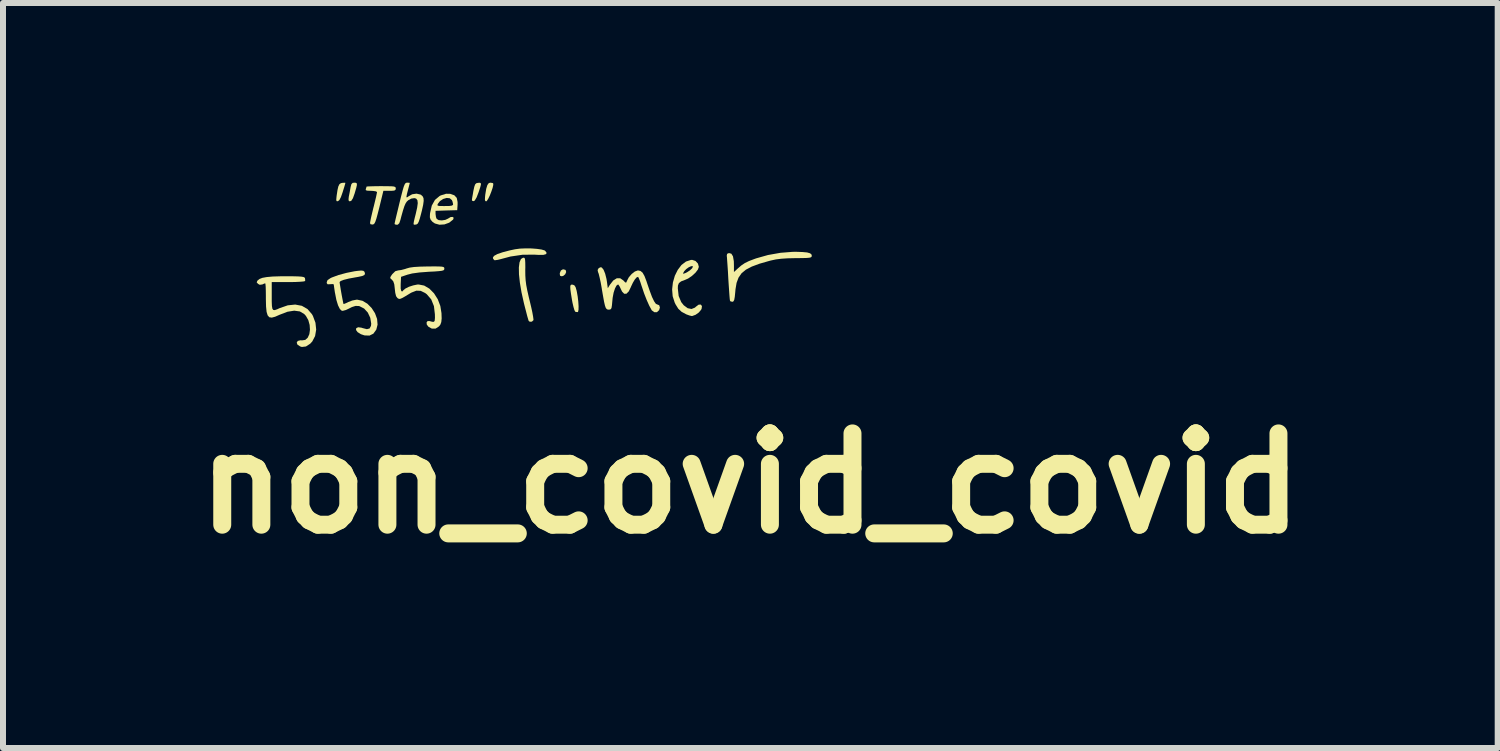
<source format=kicad_pcb>
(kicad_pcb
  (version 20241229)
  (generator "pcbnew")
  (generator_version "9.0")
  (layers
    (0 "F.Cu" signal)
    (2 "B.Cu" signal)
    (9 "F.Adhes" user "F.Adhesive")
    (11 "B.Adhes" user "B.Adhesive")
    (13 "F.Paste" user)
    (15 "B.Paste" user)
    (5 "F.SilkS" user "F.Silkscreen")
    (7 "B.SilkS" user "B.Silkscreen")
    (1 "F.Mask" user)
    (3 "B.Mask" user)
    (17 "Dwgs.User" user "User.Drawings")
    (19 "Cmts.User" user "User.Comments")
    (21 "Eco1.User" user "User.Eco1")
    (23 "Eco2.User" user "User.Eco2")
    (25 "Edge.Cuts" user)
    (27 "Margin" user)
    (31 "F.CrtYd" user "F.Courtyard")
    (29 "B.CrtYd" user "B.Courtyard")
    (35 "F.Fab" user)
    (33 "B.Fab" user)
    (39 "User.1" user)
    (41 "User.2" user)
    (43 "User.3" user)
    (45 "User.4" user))
  (footprint "non_covid_covid"
    (layer "F.Cu")
    (at 9.478 5.021)
    (property "Reference" "non_covid_covid" (at 0 0 0) (layer "F.SilkS") (effects (font (size 1.524 1.524) (thickness 0.3))))
    (attr board_only exclude_from_pos_files exclude_from_bom)
    (fp_poly (pts (xy -3.09 -3.566) (xy -3.083 -3.56) (xy -3.075 -3.529) (xy -3.091 -3.492) (xy -3.123 -3.465) (xy -3.148 -3.458) (xy -3.176 -3.466) (xy -3.182 -3.497) (xy -3.181 -3.512) (xy -3.163 -3.555) (xy -3.128 -3.575)) (stroke (width 0) (type solid)) (fill yes) (layer "F.SilkS"))
    (fp_poly (pts (xy -4.305 -5.016) (xy -4.294 -5.01) (xy -4.292 -4.985) (xy -4.303 -4.935) (xy -4.324 -4.873) (xy -4.349 -4.809) (xy -4.376 -4.753) (xy -4.399 -4.717) (xy -4.41 -4.709) (xy -4.426 -4.715) (xy -4.432 -4.739) (xy -4.429 -4.79) (xy -4.426 -4.82) (xy -4.41 -4.918) (xy -4.391 -4.981) (xy -4.367 -5.014) (xy -4.341 -5.021)) (stroke (width 0) (type solid)) (fill yes) (layer "F.SilkS"))
    (fp_poly (pts (xy -6.761 -5.018) (xy -6.766 -4.998) (xy -6.78 -4.949) (xy -6.801 -4.883) (xy -6.806 -4.865) (xy -6.836 -4.78) (xy -6.862 -4.73) (xy -6.886 -4.712) (xy -6.906 -4.712) (xy -6.914 -4.729) (xy -6.911 -4.77) (xy -6.907 -4.806) (xy -6.893 -4.898) (xy -6.879 -4.959) (xy -6.861 -4.995) (xy -6.838 -5.012) (xy -6.813 -5.018) (xy -6.775 -5.02)) (stroke (width 0) (type solid)) (fill yes) (layer "F.SilkS"))
    (fp_poly (pts (xy -6.585 -5.019) (xy -6.571 -5.009) (xy -6.569 -4.982) (xy -6.58 -4.933) (xy -6.603 -4.855) (xy -6.606 -4.844) (xy -6.635 -4.762) (xy -6.663 -4.718) (xy -6.69 -4.709) (xy -6.706 -4.72) (xy -6.709 -4.744) (xy -6.704 -4.79) (xy -6.701 -4.803) (xy -6.687 -4.875) (xy -6.674 -4.948) (xy -6.674 -4.948) (xy -6.661 -4.997) (xy -6.64 -5.018) (xy -6.613 -5.021)) (stroke (width 0) (type solid)) (fill yes) (layer "F.SilkS"))
    (fp_poly (pts (xy -4.501 -5.013) (xy -4.498 -4.991) (xy -4.509 -4.947) (xy -4.533 -4.874) (xy -4.54 -4.854) (xy -4.571 -4.774) (xy -4.6 -4.725) (xy -4.618 -4.712) (xy -4.645 -4.719) (xy -4.649 -4.732) (xy -4.645 -4.763) (xy -4.635 -4.82) (xy -4.624 -4.885) (xy -4.609 -4.953) (xy -4.595 -4.992) (xy -4.577 -5.011) (xy -4.548 -5.018) (xy -4.547 -5.018) (xy -4.517 -5.02)) (stroke (width 0) (type solid)) (fill yes) (layer "F.SilkS"))
    (fp_poly (pts (xy -2.965 -3.318) (xy -2.938 -3.307) (xy -2.918 -3.277) (xy -2.901 -3.219) (xy -2.898 -3.205) (xy -2.883 -3.121) (xy -2.873 -3.037) (xy -2.868 -2.959) (xy -2.869 -2.899) (xy -2.877 -2.864) (xy -2.882 -2.86) (xy -2.915 -2.863) (xy -2.924 -2.868) (xy -2.937 -2.892) (xy -2.953 -2.946) (xy -2.97 -3.019) (xy -2.978 -3.063) (xy -2.995 -3.168) (xy -3.005 -3.24) (xy -3.007 -3.286) (xy -3.001 -3.31) (xy -2.987 -3.319)) (stroke (width 0) (type solid)) (fill yes) (layer "F.SilkS"))
    (fp_poly (pts (xy -3.655 -3.923) (xy -3.564 -3.916) (xy -3.487 -3.905) (xy -3.436 -3.89) (xy -3.424 -3.881) (xy -3.401 -3.849) (xy -3.411 -3.828) (xy -3.454 -3.816) (xy -3.532 -3.815) (xy -3.602 -3.819) (xy -3.801 -3.818) (xy -4.005 -3.788) (xy -4.162 -3.746) (xy -4.219 -3.732) (xy -4.263 -3.726) (xy -4.274 -3.727) (xy -4.295 -3.751) (xy -4.298 -3.772) (xy -4.279 -3.799) (xy -4.224 -3.829) (xy -4.136 -3.859) (xy -4.018 -3.89) (xy -3.929 -3.909) (xy -3.848 -3.92) (xy -3.753 -3.924)) (stroke (width 0) (type solid)) (fill yes) (layer "F.SilkS"))
    (fp_poly (pts (xy -3.767 -3.759) (xy -3.761 -3.734) (xy -3.758 -3.687) (xy -3.757 -3.611) (xy -3.758 -3.562) (xy -3.757 -3.471) (xy -3.752 -3.392) (xy -3.742 -3.313) (xy -3.725 -3.224) (xy -3.7 -3.113) (xy -3.685 -3.052) (xy -3.66 -2.948) (xy -3.64 -2.856) (xy -3.627 -2.783) (xy -3.621 -2.737) (xy -3.622 -2.725) (xy -3.647 -2.701) (xy -3.682 -2.699) (xy -3.701 -2.713) (xy -3.709 -2.738) (xy -3.725 -2.793) (xy -3.745 -2.871) (xy -3.77 -2.967) (xy -3.781 -3.011) (xy -3.821 -3.191) (xy -3.848 -3.352) (xy -3.863 -3.491) (xy -3.865 -3.605) (xy -3.854 -3.691) (xy -3.83 -3.746) (xy -3.797 -3.767) (xy -3.779 -3.768)) (stroke (width 0) (type solid)) (fill yes) (layer "F.SilkS"))
    (fp_poly (pts (xy -6.063 -4.962) (xy -5.994 -4.961) (xy -5.952 -4.957) (xy -5.93 -4.949) (xy -5.921 -4.937) (xy -5.92 -4.924) (xy -5.925 -4.901) (xy -5.946 -4.889) (xy -5.992 -4.885) (xy -6.023 -4.885) (xy -6.127 -4.885) (xy -6.195 -4.606) (xy -6.223 -4.497) (xy -6.244 -4.42) (xy -6.261 -4.37) (xy -6.276 -4.34) (xy -6.292 -4.326) (xy -6.307 -4.322) (xy -6.342 -4.327) (xy -6.35 -4.347) (xy -6.345 -4.378) (xy -6.333 -4.437) (xy -6.314 -4.518) (xy -6.292 -4.61) (xy -6.291 -4.611) (xy -6.269 -4.702) (xy -6.25 -4.78) (xy -6.238 -4.837) (xy -6.233 -4.864) (xy -6.233 -4.864) (xy -6.251 -4.876) (xy -6.297 -4.883) (xy -6.333 -4.885) (xy -6.391 -4.887) (xy -6.419 -4.894) (xy -6.422 -4.91) (xy -6.42 -4.916) (xy -6.41 -4.947) (xy -6.409 -4.955) (xy -6.39 -4.958) (xy -6.34 -4.96) (xy -6.266 -4.962) (xy -6.175 -4.963) (xy -6.164 -4.963)) (stroke (width 0) (type solid)) (fill yes) (layer "F.SilkS"))
    (fp_poly (pts (xy -5.013 -4.835) (xy -4.943 -4.811) (xy -4.902 -4.767) (xy -4.888 -4.698) (xy -4.888 -4.657) (xy -4.894 -4.562) (xy -5.075 -4.557) (xy -5.256 -4.551) (xy -5.256 -4.498) (xy -5.249 -4.447) (xy -5.237 -4.417) (xy -5.204 -4.396) (xy -5.151 -4.391) (xy -5.093 -4.4) (xy -5.045 -4.422) (xy -5.04 -4.426) (xy -5.004 -4.447) (xy -4.971 -4.449) (xy -4.953 -4.435) (xy -4.962 -4.407) (xy -4.964 -4.404) (xy -5.028 -4.353) (xy -5.108 -4.324) (xy -5.191 -4.319) (xy -5.267 -4.34) (xy -5.308 -4.368) (xy -5.339 -4.405) (xy -5.351 -4.442) (xy -5.349 -4.496) (xy -5.347 -4.514) (xy -5.319 -4.638) (xy -5.313 -4.649) (xy -5.225 -4.649) (xy -5.218 -4.637) (xy -5.189 -4.632) (xy -5.13 -4.631) (xy -5.1 -4.631) (xy -5.026 -4.632) (xy -4.984 -4.638) (xy -4.965 -4.65) (xy -4.963 -4.661) (xy -4.972 -4.703) (xy -4.983 -4.73) (xy -5.019 -4.761) (xy -5.071 -4.766) (xy -5.129 -4.749) (xy -5.183 -4.713) (xy -5.217 -4.669) (xy -5.225 -4.649) (xy -5.313 -4.649) (xy -5.266 -4.733) (xy -5.189 -4.798) (xy -5.167 -4.809) (xy -5.08 -4.836)) (stroke (width 0) (type solid)) (fill yes) (layer "F.SilkS"))
    (fp_poly (pts (xy 0.871 -3.863) (xy 0.948 -3.856) (xy 0.997 -3.842) (xy 1.021 -3.822) (xy 1.026 -3.8) (xy 1.023 -3.786) (xy 1.012 -3.775) (xy 0.985 -3.768) (xy 0.938 -3.764) (xy 0.863 -3.762) (xy 0.756 -3.761) (xy 0.752 -3.761) (xy 0.62 -3.758) (xy 0.516 -3.751) (xy 0.428 -3.74) (xy 0.344 -3.722) (xy 0.317 -3.715) (xy 0.153 -3.668) (xy 0.024 -3.62) (xy -0.075 -3.568) (xy -0.147 -3.508) (xy -0.197 -3.436) (xy -0.23 -3.348) (xy -0.248 -3.241) (xy -0.252 -3.195) (xy -0.26 -3.114) (xy -0.269 -3.065) (xy -0.282 -3.04) (xy -0.298 -3.032) (xy -0.331 -3.039) (xy -0.34 -3.051) (xy -0.344 -3.079) (xy -0.349 -3.138) (xy -0.355 -3.223) (xy -0.362 -3.326) (xy -0.368 -3.419) (xy -0.374 -3.533) (xy -0.381 -3.636) (xy -0.387 -3.72) (xy -0.391 -3.778) (xy -0.394 -3.8) (xy -0.388 -3.833) (xy -0.357 -3.846) (xy -0.317 -3.835) (xy -0.29 -3.791) (xy -0.276 -3.711) (xy -0.274 -3.639) (xy -0.274 -3.529) (xy -0.21 -3.588) (xy -0.151 -3.639) (xy -0.093 -3.678) (xy -0.024 -3.712) (xy 0.068 -3.747) (xy 0.099 -3.758) (xy 0.294 -3.813) (xy 0.502 -3.85) (xy 0.704 -3.866) (xy 0.76 -3.867)) (stroke (width 0) (type solid)) (fill yes) (layer "F.SilkS"))
    (fp_poly (pts (xy -0.916 -3.714) (xy -0.875 -3.67) (xy -0.86 -3.615) (xy -0.876 -3.57) (xy -0.917 -3.517) (xy -0.975 -3.464) (xy -1.04 -3.42) (xy -1.088 -3.399) (xy -1.156 -3.373) (xy -1.193 -3.344) (xy -1.209 -3.303) (xy -1.211 -3.256) (xy -1.197 -3.129) (xy -1.154 -3.027) (xy -1.112 -2.974) (xy -1.046 -2.925) (xy -0.982 -2.912) (xy -0.925 -2.935) (xy -0.909 -2.95) (xy -0.864 -2.984) (xy -0.828 -2.986) (xy -0.808 -2.961) (xy -0.814 -2.915) (xy -0.823 -2.898) (xy -0.861 -2.853) (xy -0.915 -2.815) (xy -0.97 -2.795) (xy -0.981 -2.795) (xy -1.015 -2.803) (xy -1.065 -2.821) (xy -1.074 -2.825) (xy -1.148 -2.865) (xy -1.203 -2.916) (xy -1.249 -2.99) (xy -1.263 -3.019) (xy -1.297 -3.125) (xy -1.306 -3.239) (xy -1.293 -3.355) (xy -1.261 -3.466) (xy -1.24 -3.509) (xy -1.123 -3.509) (xy -1.118 -3.5) (xy -1.084 -3.512) (xy -1.058 -3.525) (xy -1.009 -3.557) (xy -0.973 -3.591) (xy -0.959 -3.618) (xy -0.962 -3.626) (xy -0.987 -3.627) (xy -1.028 -3.609) (xy -1.071 -3.578) (xy -1.104 -3.543) (xy -1.104 -3.543) (xy -1.123 -3.509) (xy -1.24 -3.509) (xy -1.212 -3.565) (xy -1.15 -3.647) (xy -1.075 -3.704) (xy -0.992 -3.731) (xy -0.971 -3.732)) (stroke (width 0) (type solid)) (fill yes) (layer "F.SilkS"))
    (fp_poly (pts (xy -5.696 -5.02) (xy -5.686 -5.016) (xy -5.691 -4.997) (xy -5.703 -4.95) (xy -5.715 -4.904) (xy -5.734 -4.83) (xy -5.742 -4.788) (xy -5.738 -4.774) (xy -5.722 -4.781) (xy -5.71 -4.791) (xy -5.647 -4.827) (xy -5.574 -4.838) (xy -5.509 -4.823) (xy -5.499 -4.818) (xy -5.472 -4.794) (xy -5.457 -4.763) (xy -5.454 -4.717) (xy -5.463 -4.65) (xy -5.484 -4.555) (xy -5.497 -4.504) (xy -5.52 -4.419) (xy -5.538 -4.366) (xy -5.555 -4.336) (xy -5.576 -4.323) (xy -5.584 -4.322) (xy -5.607 -4.319) (xy -5.62 -4.322) (xy -5.623 -4.339) (xy -5.617 -4.376) (xy -5.602 -4.44) (xy -5.587 -4.498) (xy -5.563 -4.605) (xy -5.553 -4.68) (xy -5.559 -4.729) (xy -5.58 -4.755) (xy -5.609 -4.763) (xy -5.662 -4.755) (xy -5.711 -4.728) (xy -5.736 -4.705) (xy -5.757 -4.673) (xy -5.777 -4.627) (xy -5.799 -4.559) (xy -5.826 -4.463) (xy -5.842 -4.401) (xy -5.861 -4.345) (xy -5.885 -4.321) (xy -5.901 -4.318) (xy -5.933 -4.324) (xy -5.94 -4.333) (xy -5.936 -4.356) (xy -5.924 -4.41) (xy -5.905 -4.489) (xy -5.881 -4.588) (xy -5.858 -4.684) (xy -5.828 -4.805) (xy -5.805 -4.893) (xy -5.787 -4.954) (xy -5.772 -4.991) (xy -5.758 -5.012) (xy -5.743 -5.02) (xy -5.73 -5.021)) (stroke (width 0) (type solid)) (fill yes) (layer "F.SilkS"))
    (fp_poly (pts (xy -7.636 -3.458) (xy -7.552 -3.456) (xy -7.495 -3.452) (xy -7.461 -3.446) (xy -7.443 -3.437) (xy -7.436 -3.427) (xy -7.432 -3.391) (xy -7.435 -3.378) (xy -7.458 -3.372) (xy -7.512 -3.367) (xy -7.591 -3.363) (xy -7.686 -3.361) (xy -7.719 -3.361) (xy -7.991 -3.361) (xy -7.991 -3.147) (xy -7.991 -3.037) (xy -7.988 -2.962) (xy -7.98 -2.916) (xy -7.964 -2.895) (xy -7.938 -2.894) (xy -7.898 -2.908) (xy -7.862 -2.925) (xy -7.724 -2.973) (xy -7.599 -2.986) (xy -7.488 -2.965) (xy -7.394 -2.911) (xy -7.319 -2.824) (xy -7.303 -2.795) (xy -7.261 -2.682) (xy -7.249 -2.568) (xy -7.267 -2.461) (xy -7.314 -2.37) (xy -7.349 -2.332) (xy -7.42 -2.286) (xy -7.488 -2.278) (xy -7.515 -2.286) (xy -7.562 -2.317) (xy -7.574 -2.351) (xy -7.556 -2.379) (xy -7.509 -2.39) (xy -7.486 -2.388) (xy -7.431 -2.396) (xy -7.39 -2.433) (xy -7.363 -2.492) (xy -7.353 -2.565) (xy -7.358 -2.645) (xy -7.38 -2.725) (xy -7.42 -2.796) (xy -7.448 -2.827) (xy -7.521 -2.871) (xy -7.616 -2.884) (xy -7.728 -2.866) (xy -7.856 -2.817) (xy -7.859 -2.816) (xy -7.934 -2.783) (xy -7.99 -2.768) (xy -8.031 -2.774) (xy -8.059 -2.805) (xy -8.077 -2.864) (xy -8.086 -2.954) (xy -8.089 -3.079) (xy -8.089 -3.129) (xy -8.09 -3.214) (xy -8.092 -3.284) (xy -8.096 -3.328) (xy -8.1 -3.341) (xy -8.124 -3.333) (xy -8.146 -3.322) (xy -8.191 -3.316) (xy -8.217 -3.33) (xy -8.242 -3.355) (xy -8.233 -3.38) (xy -8.228 -3.387) (xy -8.196 -3.413) (xy -8.147 -3.432) (xy -8.075 -3.445) (xy -7.976 -3.454) (xy -7.845 -3.458) (xy -7.754 -3.458)) (stroke (width 0) (type solid)) (fill yes) (layer "F.SilkS"))
    (fp_poly (pts (xy -6.463 -3.55) (xy -6.445 -3.536) (xy -6.44 -3.526) (xy -6.434 -3.498) (xy -6.445 -3.479) (xy -6.479 -3.463) (xy -6.543 -3.449) (xy -6.594 -3.44) (xy -6.704 -3.42) (xy -6.788 -3.399) (xy -6.84 -3.379) (xy -6.858 -3.362) (xy -6.855 -3.334) (xy -6.846 -3.281) (xy -6.835 -3.213) (xy -6.822 -3.14) (xy -6.809 -3.072) (xy -6.799 -3.021) (xy -6.793 -2.996) (xy -6.792 -2.995) (xy -6.773 -3) (xy -6.732 -3.018) (xy -6.711 -3.029) (xy -6.645 -3.054) (xy -6.577 -3.067) (xy -6.565 -3.068) (xy -6.476 -3.049) (xy -6.394 -3) (xy -6.323 -2.928) (xy -6.267 -2.841) (xy -6.232 -2.746) (xy -6.224 -2.651) (xy -6.245 -2.568) (xy -6.294 -2.5) (xy -6.359 -2.468) (xy -6.442 -2.471) (xy -6.502 -2.491) (xy -6.558 -2.526) (xy -6.584 -2.562) (xy -6.58 -2.592) (xy -6.548 -2.607) (xy -6.493 -2.6) (xy -6.473 -2.593) (xy -6.402 -2.575) (xy -6.357 -2.587) (xy -6.334 -2.63) (xy -6.33 -2.667) (xy -6.346 -2.765) (xy -6.387 -2.852) (xy -6.448 -2.919) (xy -6.524 -2.958) (xy -6.538 -2.962) (xy -6.593 -2.963) (xy -6.653 -2.944) (xy -6.694 -2.923) (xy -6.753 -2.895) (xy -6.802 -2.882) (xy -6.821 -2.882) (xy -6.853 -2.911) (xy -6.884 -2.973) (xy -6.912 -3.064) (xy -6.934 -3.177) (xy -6.936 -3.185) (xy -6.946 -3.251) (xy -6.953 -3.301) (xy -6.956 -3.323) (xy -6.972 -3.328) (xy -7.013 -3.326) (xy -7.014 -3.326) (xy -7.056 -3.324) (xy -7.071 -3.34) (xy -7.073 -3.358) (xy -7.06 -3.393) (xy -7.015 -3.424) (xy -6.99 -3.437) (xy -6.877 -3.479) (xy -6.743 -3.515) (xy -6.608 -3.542) (xy -6.563 -3.548) (xy -6.499 -3.554)) (stroke (width 0) (type solid)) (fill yes) (layer "F.SilkS"))
    (fp_poly (pts (xy -5.199 -3.622) (xy -5.151 -3.619) (xy -5.124 -3.613) (xy -5.112 -3.603) (xy -5.109 -3.589) (xy -5.109 -3.585) (xy -5.112 -3.569) (xy -5.124 -3.558) (xy -5.151 -3.55) (xy -5.2 -3.544) (xy -5.277 -3.538) (xy -5.363 -3.534) (xy -5.523 -3.522) (xy -5.647 -3.505) (xy -5.725 -3.485) (xy -5.832 -3.449) (xy -5.838 -3.326) (xy -5.838 -3.252) (xy -5.828 -3.211) (xy -5.811 -3.204) (xy -5.792 -3.226) (xy -5.758 -3.254) (xy -5.7 -3.283) (xy -5.629 -3.306) (xy -5.561 -3.32) (xy -5.537 -3.321) (xy -5.446 -3.303) (xy -5.359 -3.252) (xy -5.282 -3.174) (xy -5.219 -3.075) (xy -5.176 -2.962) (xy -5.157 -2.843) (xy -5.154 -2.754) (xy -5.16 -2.694) (xy -5.175 -2.652) (xy -5.198 -2.622) (xy -5.255 -2.585) (xy -5.319 -2.585) (xy -5.374 -2.615) (xy -5.402 -2.651) (xy -5.406 -2.687) (xy -5.389 -2.71) (xy -5.358 -2.711) (xy -5.31 -2.698) (xy -5.282 -2.698) (xy -5.27 -2.718) (xy -5.266 -2.765) (xy -5.267 -2.824) (xy -5.283 -2.96) (xy -5.328 -3.072) (xy -5.402 -3.158) (xy -5.43 -3.179) (xy -5.504 -3.215) (xy -5.576 -3.218) (xy -5.656 -3.187) (xy -5.676 -3.176) (xy -5.755 -3.128) (xy -5.807 -3.098) (xy -5.841 -3.083) (xy -5.862 -3.08) (xy -5.879 -3.086) (xy -5.892 -3.095) (xy -5.915 -3.126) (xy -5.929 -3.183) (xy -5.936 -3.245) (xy -5.945 -3.323) (xy -5.961 -3.372) (xy -5.984 -3.4) (xy -6.009 -3.422) (xy -6.012 -3.442) (xy -5.993 -3.473) (xy -5.978 -3.494) (xy -5.928 -3.543) (xy -5.88 -3.556) (xy -5.829 -3.563) (xy -5.764 -3.58) (xy -5.742 -3.588) (xy -5.688 -3.603) (xy -5.616 -3.613) (xy -5.518 -3.619) (xy -5.389 -3.622) (xy -5.383 -3.622) (xy -5.275 -3.623)) (stroke (width 0) (type solid)) (fill yes) (layer "F.SilkS"))
    (fp_poly (pts (xy -2.481 -3.605) (xy -2.451 -3.568) (xy -2.424 -3.502) (xy -2.402 -3.414) (xy -2.394 -3.364) (xy -2.38 -3.259) (xy -2.346 -3.315) (xy -2.289 -3.388) (xy -2.23 -3.425) (xy -2.173 -3.425) (xy -2.122 -3.39) (xy -2.09 -3.357) (xy -2.074 -3.352) (xy -2.064 -3.372) (xy -2.061 -3.38) (xy -2.03 -3.44) (xy -1.982 -3.496) (xy -1.928 -3.538) (xy -1.878 -3.556) (xy -1.876 -3.556) (xy -1.834 -3.547) (xy -1.799 -3.518) (xy -1.767 -3.461) (xy -1.733 -3.372) (xy -1.73 -3.361) (xy -1.681 -3.218) (xy -1.641 -3.111) (xy -1.606 -3.039) (xy -1.578 -2.999) (xy -1.558 -2.989) (xy -1.522 -2.975) (xy -1.51 -2.937) (xy -1.523 -2.893) (xy -1.559 -2.859) (xy -1.603 -2.858) (xy -1.645 -2.889) (xy -1.65 -2.897) (xy -1.688 -2.967) (xy -1.731 -3.063) (xy -1.774 -3.173) (xy -1.812 -3.286) (xy -1.816 -3.297) (xy -1.838 -3.366) (xy -1.859 -3.42) (xy -1.873 -3.447) (xy -1.875 -3.448) (xy -1.897 -3.441) (xy -1.928 -3.406) (xy -1.961 -3.351) (xy -1.992 -3.286) (xy -1.993 -3.282) (xy -2.03 -3.206) (xy -2.069 -3.167) (xy -2.106 -3.166) (xy -2.142 -3.203) (xy -2.161 -3.243) (xy -2.184 -3.291) (xy -2.204 -3.319) (xy -2.209 -3.322) (xy -2.235 -3.303) (xy -2.26 -3.255) (xy -2.283 -3.184) (xy -2.299 -3.099) (xy -2.304 -3.048) (xy -2.311 -2.973) (xy -2.318 -2.93) (xy -2.33 -2.909) (xy -2.349 -2.902) (xy -2.363 -2.901) (xy -2.384 -2.903) (xy -2.4 -2.912) (xy -2.415 -2.933) (xy -2.428 -2.971) (xy -2.442 -3.032) (xy -2.458 -3.12) (xy -2.479 -3.241) (xy -2.482 -3.262) (xy -2.499 -3.357) (xy -2.517 -3.439) (xy -2.532 -3.5) (xy -2.544 -3.531) (xy -2.544 -3.532) (xy -2.55 -3.563) (xy -2.532 -3.594) (xy -2.502 -3.609)) (stroke (width 0) (type solid)) (fill yes) (layer "F.SilkS")))
  (gr_rect
    (start -3 -3)
    (end 21.956 9.439)
    (stroke (width 0.1) (type default))
    (fill no)
    (layer "Edge.Cuts")))
</source>
